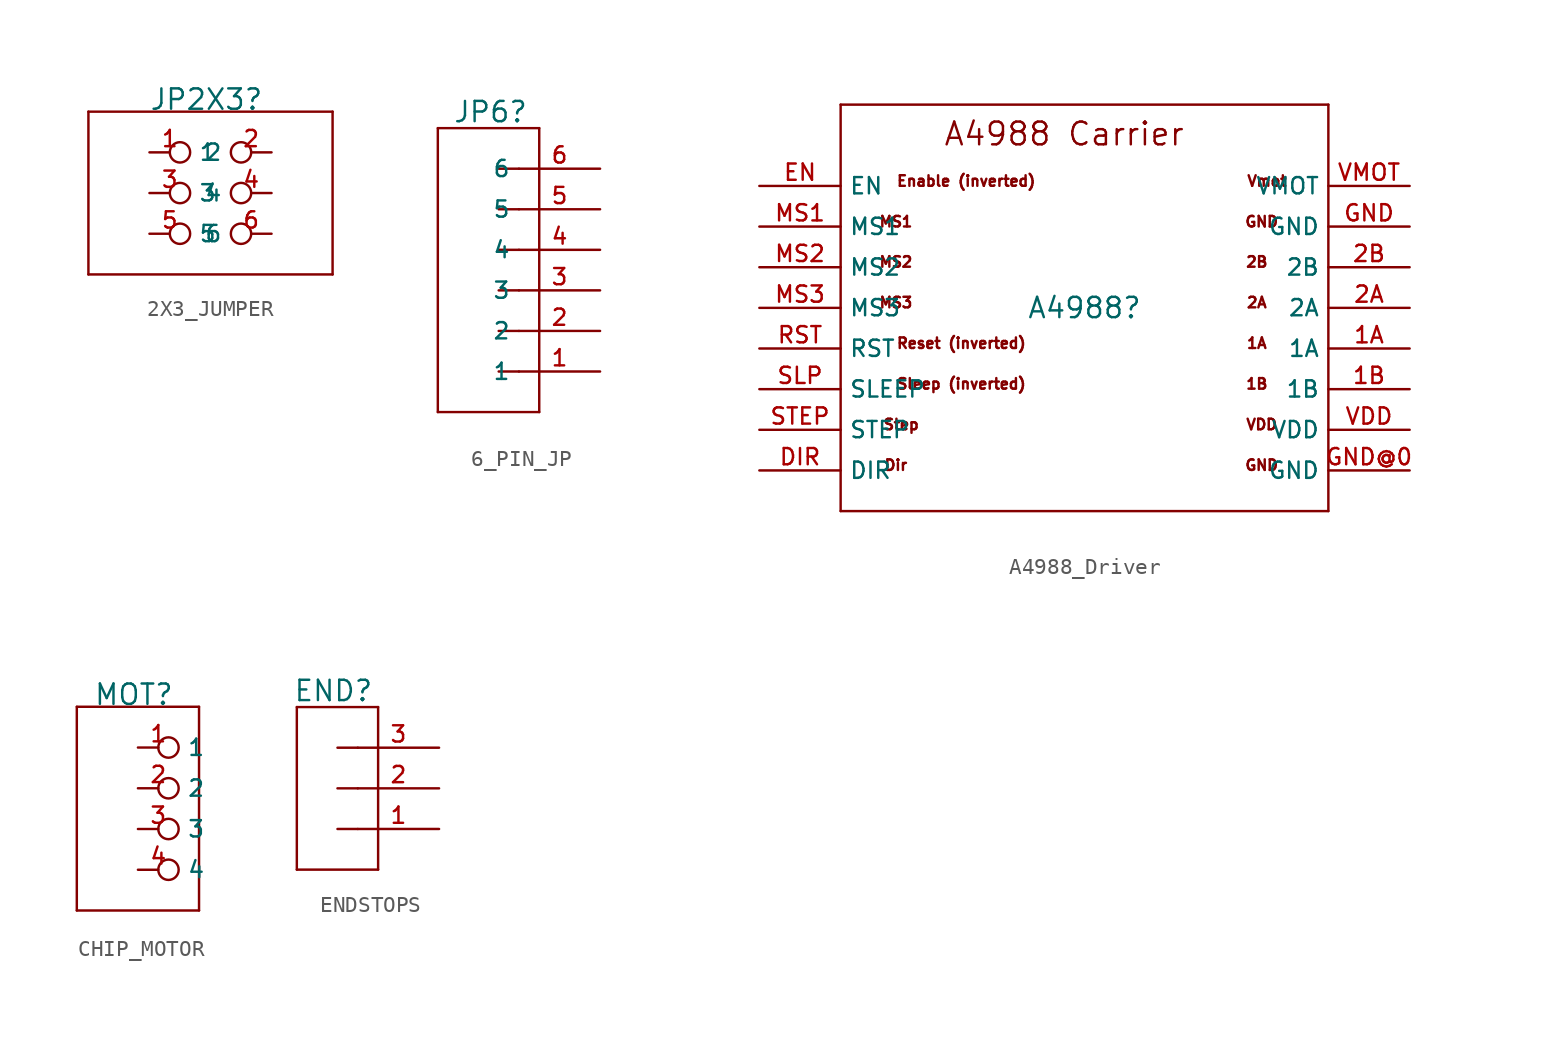
<source format=kicad_sym>
(kicad_symbol_lib
  (version 20231120)
  (generator "kicad_symbol_editor")
  (generator_version "8.0")
  (symbol "2X3_JUMPER"
    (property "Reference" "JP2X3"
      (at -0.254 5.842 0)
      (effects (font (size 1.27 1.27))))
    (property "Value" ""
      (at 0 0 0)
      (effects (font (size 1.27 1.27))))
    (symbol "2X3_JUMPER_1_0"
      (polyline (pts (xy -7.62 -5.08) (xy 7.62 -5.08)) (stroke (width 0) (type solid)) (fill (type none)))
      (polyline (pts (xy -7.62 5.08) (xy -7.62 -5.08)) (stroke (width 0) (type solid)) (fill (type none)))
      (polyline (pts (xy 7.62 -5.08) (xy 7.62 5.08)) (stroke (width 0) (type solid)) (fill (type none)))
      (polyline (pts (xy 7.62 5.08) (xy -7.62 5.08)) (stroke (width 0) (type solid)) (fill (type none))))
    (symbol "2X3_JUMPER_1_1"
      (pin passive inverted (at -3.81 2.54 0) (length 2.54) (name "1" (effects (font (size 1.016 1.016)))) (number "1" (effects (font (size 1.016 1.016)))))
      (pin passive inverted (at 3.81 2.54 180) (length 2.54) (name "2" (effects (font (size 1.016 1.016)))) (number "2" (effects (font (size 1.016 1.016)))))
      (pin passive inverted (at -3.81 0 0) (length 2.54) (name "3" (effects (font (size 1.016 1.016)))) (number "3" (effects (font (size 1.016 1.016)))))
      (pin passive inverted (at 3.81 0 180) (length 2.54) (name "4" (effects (font (size 1.016 1.016)))) (number "4" (effects (font (size 1.016 1.016)))))
      (pin passive inverted (at -3.81 -2.54 0) (length 2.54) (name "5" (effects (font (size 1.016 1.016)))) (number "5" (effects (font (size 1.016 1.016)))))
      (pin passive inverted (at 3.81 -2.54 180) (length 2.54) (name "6" (effects (font (size 1.016 1.016)))) (number "6" (effects (font (size 1.016 1.016)))))))
  (symbol "6_PIN_JP"
    (property "Reference" "JP6"
      (at -0.508 9.906 0)
      (effects (font (size 1.27 1.27))))
    (property "Value" ""
      (at 0 0 0)
      (effects (font (size 1.27 1.27))))
    (symbol "6_PIN_JP_1_0"
      (polyline (pts (xy -3.81 8.89) (xy -3.81 -8.89)) (stroke (width 0) (type solid)) (fill (type none)))
      (polyline (pts (xy -3.81 8.89) (xy 2.54 8.89)) (stroke (width 0) (type solid)) (fill (type none)))
      (polyline (pts (xy 0 -6.35) (xy 1.27 -6.35)) (stroke (width 0) (type solid)) (fill (type none)))
      (polyline (pts (xy 0 -3.81) (xy 1.27 -3.81)) (stroke (width 0) (type solid)) (fill (type none)))
      (polyline (pts (xy 0 -1.27) (xy 1.27 -1.27)) (stroke (width 0) (type solid)) (fill (type none)))
      (polyline (pts (xy 0 1.27) (xy 1.27 1.27)) (stroke (width 0) (type solid)) (fill (type none)))
      (polyline (pts (xy 0 3.81) (xy 1.27 3.81)) (stroke (width 0) (type solid)) (fill (type none)))
      (polyline (pts (xy 0 6.35) (xy 1.27 6.35)) (stroke (width 0) (type solid)) (fill (type none)))
      (polyline (pts (xy 2.54 -8.89) (xy -3.81 -8.89)) (stroke (width 0) (type solid)) (fill (type none)))
      (polyline (pts (xy 2.54 -8.89) (xy 2.54 8.89)) (stroke (width 0) (type solid)) (fill (type none))))
    (symbol "6_PIN_JP_1_1"
      (pin passive line (at 6.35 -6.35 180) (length 5.08) (name "1" (effects (font (size 1.016 1.016)))) (number "1" (effects (font (size 1.016 1.016)))))
      (pin passive line (at 6.35 -3.81 180) (length 5.08) (name "2" (effects (font (size 1.016 1.016)))) (number "2" (effects (font (size 1.016 1.016)))))
      (pin passive line (at 6.35 -1.27 180) (length 5.08) (name "3" (effects (font (size 1.016 1.016)))) (number "3" (effects (font (size 1.016 1.016)))))
      (pin passive line (at 6.35 1.27 180) (length 5.08) (name "4" (effects (font (size 1.016 1.016)))) (number "4" (effects (font (size 1.016 1.016)))))
      (pin passive line (at 6.35 3.81 180) (length 5.08) (name "5" (effects (font (size 1.016 1.016)))) (number "5" (effects (font (size 1.016 1.016)))))
      (pin passive line (at 6.35 6.35 180) (length 5.08) (name "6" (effects (font (size 1.016 1.016)))) (number "6" (effects (font (size 1.016 1.016)))))))
  (symbol "A4988_Driver"
    (property "Reference" "A4988"
      (at 0 0 0)
      (effects (font (size 1.27 1.27))))
    (property "Value" ""
      (at 0 0 0)
      (effects (font (size 1.27 1.27))))
    (symbol "A4988_Driver_1_0"
      (polyline (pts (xy -15.24 -12.7) (xy 15.24 -12.7)) (stroke (width 0) (type solid)) (fill (type none)))
      (polyline (pts (xy -15.24 12.7) (xy -15.24 -12.7)) (stroke (width 0) (type solid)) (fill (type none)))
      (polyline (pts (xy 15.24 -12.7) (xy 15.24 12.7)) (stroke (width 0) (type solid)) (fill (type none)))
      (polyline (pts (xy 15.24 12.7) (xy -15.24 12.7)) (stroke (width 0) (type solid)) (fill (type none)))
      (text "1A" (at 10.77 -2.21 0) (effects (font (size 0.66 0.66))))
      (text "1B" (at 10.77 -4.75 0) (effects (font (size 0.66 0.66))))
      (text "2A" (at 10.77 0.33 0) (effects (font (size 0.66 0.66))))
      (text "2B" (at 10.77 2.87 0) (effects (font (size 0.66 0.66))))
      (text "A4988 Carrier" (at -1.27 10.871 0) (effects (font (size 1.422 1.422))))
      (text "Dir" (at -11.786 -9.83 0) (effects (font (size 0.66 0.66))))
      (text "Enable (inverted)" (at -7.391 7.925 0) (effects (font (size 0.66 0.66))))
      (text "GND" (at 11.074 -9.83 0) (effects (font (size 0.66 0.66))))
      (text "GND" (at 11.074 5.385 0) (effects (font (size 0.66 0.66))))
      (text "MS1" (at -11.786 5.385 0) (effects (font (size 0.66 0.66))))
      (text "MS2" (at -11.786 2.87 0) (effects (font (size 0.66 0.66))))
      (text "MS3" (at -11.786 0.33 0) (effects (font (size 0.66 0.66))))
      (text "Reset (inverted)" (at -7.696 -2.21 0) (effects (font (size 0.66 0.66))))
      (text "Sleep (inverted)" (at -7.696 -4.75 0) (effects (font (size 0.66 0.66))))
      (text "Step" (at -11.455 -7.29 0) (effects (font (size 0.66 0.66))))
      (text "VDD" (at 11.074 -7.29 0) (effects (font (size 0.66 0.66))))
      (text "Vmot" (at 11.405 7.925 0) (effects (font (size 0.66 0.66)))))
    (symbol "A4988_Driver_1_1"
      (pin output line (at 20.32 -2.54 180) (length 5.08) (name "1A" (effects (font (size 1.016 1.016)))) (number "1A" (effects (font (size 1.016 1.016)))))
      (pin output line (at 20.32 -5.08 180) (length 5.08) (name "1B" (effects (font (size 1.016 1.016)))) (number "1B" (effects (font (size 1.016 1.016)))))
      (pin output line (at 20.32 0 180) (length 5.08) (name "2A" (effects (font (size 1.016 1.016)))) (number "2A" (effects (font (size 1.016 1.016)))))
      (pin output line (at 20.32 2.54 180) (length 5.08) (name "2B" (effects (font (size 1.016 1.016)))) (number "2B" (effects (font (size 1.016 1.016)))))
      (pin input line (at -20.32 -10.16 0) (length 5.08) (name "DIR" (effects (font (size 1.016 1.016)))) (number "DIR" (effects (font (size 1.016 1.016)))))
      (pin input line (at -20.32 7.62 0) (length 5.08) (name "EN" (effects (font (size 1.016 1.016)))) (number "EN" (effects (font (size 1.016 1.016)))))
      (pin power_in line (at 20.32 5.08 180) (length 5.08) (name "GND" (effects (font (size 1.016 1.016)))) (number "GND" (effects (font (size 1.016 1.016)))))
      (pin power_in line (at 20.32 -10.16 180) (length 5.08) (name "GND" (effects (font (size 1.016 1.016)))) (number "GND@0" (effects (font (size 1.016 1.016)))))
      (pin input line (at -20.32 5.08 0) (length 5.08) (name "MS1" (effects (font (size 1.016 1.016)))) (number "MS1" (effects (font (size 1.016 1.016)))))
      (pin input line (at -20.32 2.54 0) (length 5.08) (name "MS2" (effects (font (size 1.016 1.016)))) (number "MS2" (effects (font (size 1.016 1.016)))))
      (pin input line (at -20.32 0 0) (length 5.08) (name "MS3" (effects (font (size 1.016 1.016)))) (number "MS3" (effects (font (size 1.016 1.016)))))
      (pin input line (at -20.32 -2.54 0) (length 5.08) (name "RST" (effects (font (size 1.016 1.016)))) (number "RST" (effects (font (size 1.016 1.016)))))
      (pin input line (at -20.32 -5.08 0) (length 5.08) (name "SLEEP" (effects (font (size 1.016 1.016)))) (number "SLP" (effects (font (size 1.016 1.016)))))
      (pin input line (at -20.32 -7.62 0) (length 5.08) (name "STEP" (effects (font (size 1.016 1.016)))) (number "STEP" (effects (font (size 1.016 1.016)))))
      (pin power_in line (at 20.32 -7.62 180) (length 5.08) (name "VDD" (effects (font (size 1.016 1.016)))) (number "VDD" (effects (font (size 1.016 1.016)))))
      (pin power_in line (at 20.32 7.62 180) (length 5.08) (name "VMOT" (effects (font (size 1.016 1.016)))) (number "VMOT" (effects (font (size 1.016 1.016)))))))
  (symbol "CHIP_MOTOR"
    (property "Reference" "MOT"
      (at -0.254 7.112 0)
      (effects (font (size 1.27 1.27))))
    (property "Value" ""
      (at 0 0 0)
      (effects (font (size 1.27 1.27))))
    (symbol "CHIP_MOTOR_1_0"
      (polyline (pts (xy -3.81 -6.35) (xy 3.81 -6.35)) (stroke (width 0) (type solid)) (fill (type none)))
      (polyline (pts (xy -3.81 6.35) (xy -3.81 -6.35)) (stroke (width 0) (type solid)) (fill (type none)))
      (polyline (pts (xy 3.81 -6.35) (xy 3.81 6.35)) (stroke (width 0) (type solid)) (fill (type none)))
      (polyline (pts (xy 3.81 6.35) (xy -3.81 6.35)) (stroke (width 0) (type solid)) (fill (type none))))
    (symbol "CHIP_MOTOR_1_1"
      (pin passive inverted (at 0 3.81 0) (length 2.54) (name "1" (effects (font (size 1.016 1.016)))) (number "1" (effects (font (size 1.016 1.016)))))
      (pin passive inverted (at 0 1.27 0) (length 2.54) (name "2" (effects (font (size 1.016 1.016)))) (number "2" (effects (font (size 1.016 1.016)))))
      (pin passive inverted (at 0 -1.27 0) (length 2.54) (name "3" (effects (font (size 1.016 1.016)))) (number "3" (effects (font (size 1.016 1.016)))))
      (pin passive inverted (at 0 -3.81 0) (length 2.54) (name "4" (effects (font (size 1.016 1.016)))) (number "4" (effects (font (size 1.016 1.016)))))))
  (symbol "ENDSTOPS"
    (property "Reference" "END"
      (at -0.254 6.096 0)
      (effects (font (size 1.27 1.27))))
    (property "Value" ""
      (at 0 0 0)
      (effects (font (size 1.27 1.27))))
    (symbol "ENDSTOPS_1_0"
      (polyline (pts (xy -2.54 5.08) (xy -2.54 -5.08)) (stroke (width 0) (type solid)) (fill (type none)))
      (polyline (pts (xy -2.54 5.08) (xy 2.54 5.08)) (stroke (width 0) (type solid)) (fill (type none)))
      (polyline (pts (xy 0 -2.54) (xy 1.27 -2.54)) (stroke (width 0) (type solid)) (fill (type none)))
      (polyline (pts (xy 0 0) (xy 1.27 0)) (stroke (width 0) (type solid)) (fill (type none)))
      (polyline (pts (xy 0 2.54) (xy 1.27 2.54)) (stroke (width 0) (type solid)) (fill (type none)))
      (polyline (pts (xy 2.54 -5.08) (xy -2.54 -5.08)) (stroke (width 0) (type solid)) (fill (type none)))
      (polyline (pts (xy 2.54 -5.08) (xy 2.54 5.08)) (stroke (width 0) (type solid)) (fill (type none))))
    (symbol "ENDSTOPS_1_1"
      (pin passive line (at 6.35 -2.54 180) (length 5.08) (name "" (effects (font (size 1.016 1.016)))) (number "1" (effects (font (size 1.016 1.016)))))
      (pin passive line (at 6.35 0 180) (length 5.08) (name "" (effects (font (size 1.016 1.016)))) (number "2" (effects (font (size 1.016 1.016)))))
      (pin passive line (at 6.35 2.54 180) (length 5.08) (name "" (effects (font (size 1.016 1.016)))) (number "3" (effects (font (size 1.016 1.016))))))))
</source>
